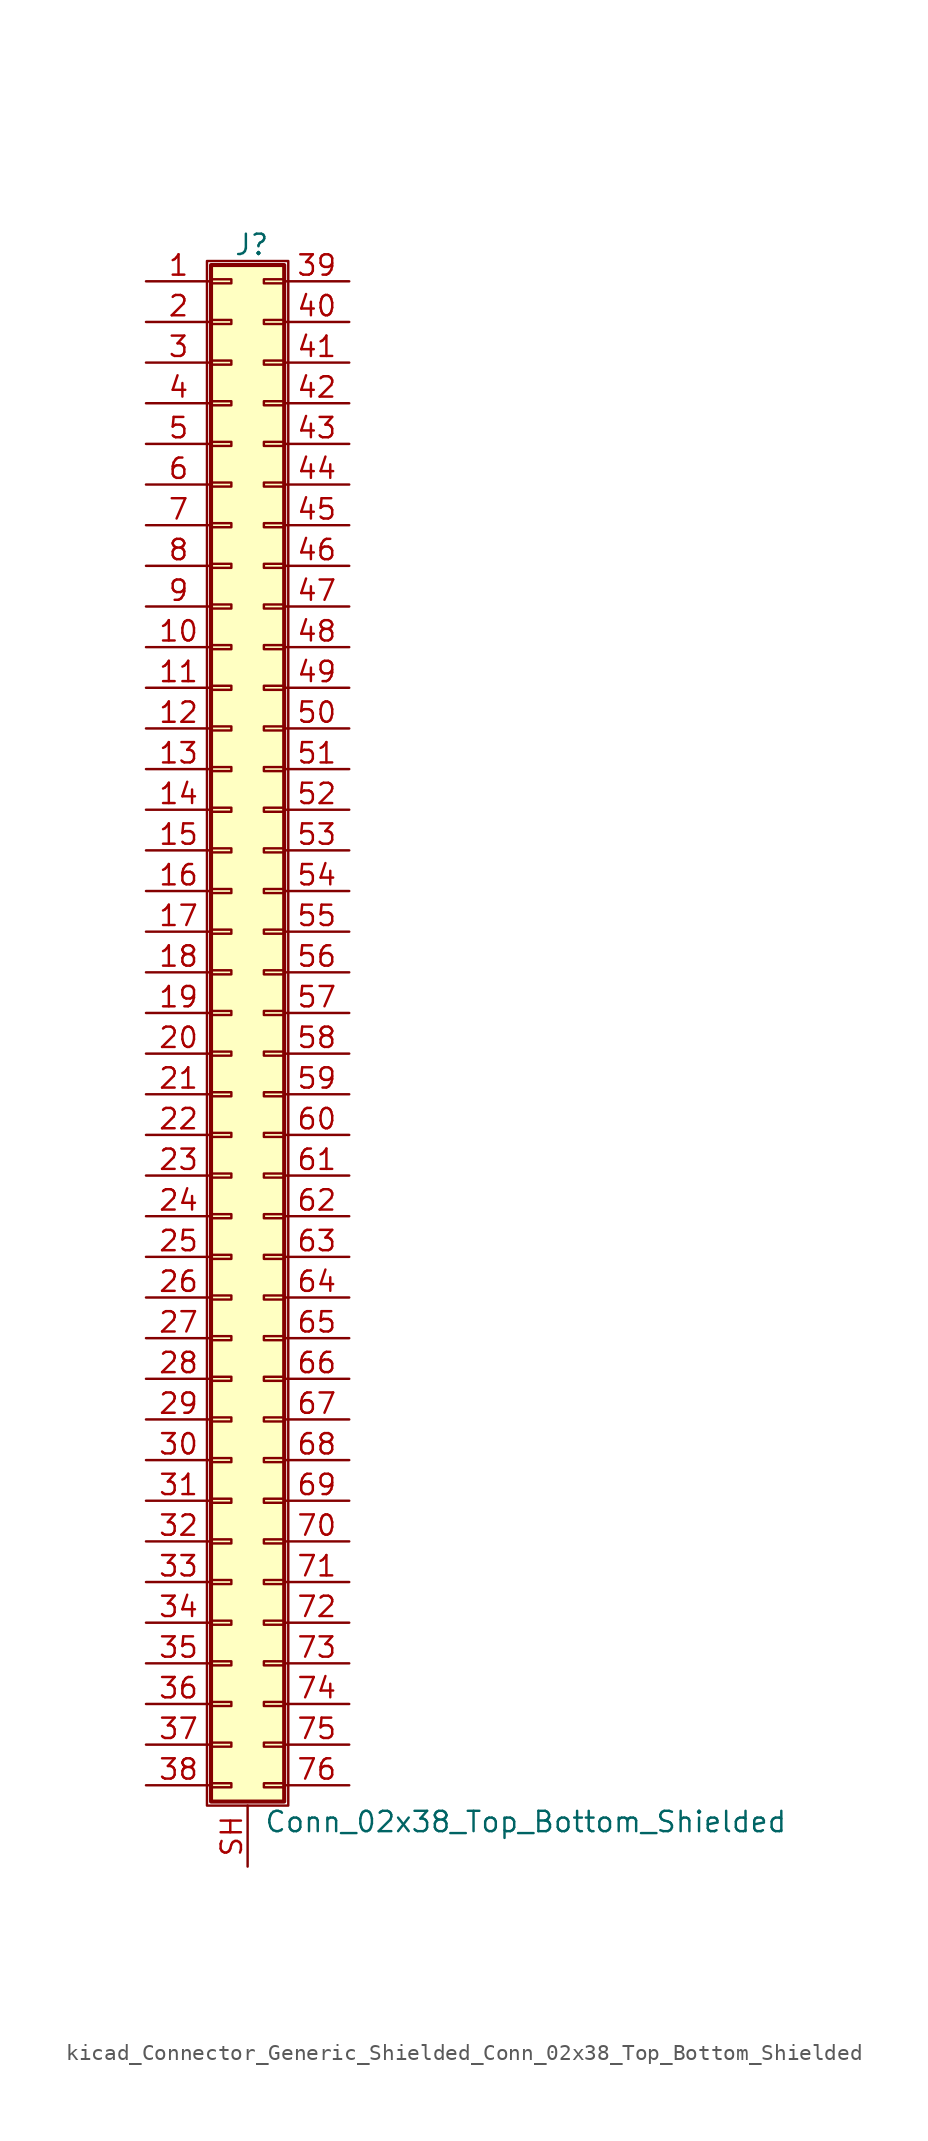
<source format=kicad_sym>
(kicad_symbol_lib
  (version 20220914)
  (generator kicad_symbol_editor)
  (symbol "kicad_Connector_Generic_Shielded_Conn_02x38_Top_Bottom_Shielded"
    (pin_names
      (offset 1.016) hide)
    (property "Reference" "J"
      (at 1.524 48.006 0)
      (effects (font (size 1.27 1.27))))
    (property "Value" "Conn_02x38_Top_Bottom_Shielded"
      (at 2.286 -50.546 0)
      (effects (font (size 1.27 1.27)) (justify left)))
    (symbol "kicad_Connector_Generic_Shielded_Conn_02x38_Top_Bottom_Shielded_1_1"
      (rectangle (start -1.27 46.99) (end 3.81 -49.53) (stroke (width 0.152) (type default)) (fill (type none)))
      (rectangle (start -1.016 -48.133) (end 0.254 -48.387) (stroke (width 0.152) (type default)) (fill (type none)))
      (rectangle (start -1.016 -45.593) (end 0.254 -45.847) (stroke (width 0.152) (type default)) (fill (type none)))
      (rectangle (start -1.016 -43.053) (end 0.254 -43.307) (stroke (width 0.152) (type default)) (fill (type none)))
      (rectangle (start -1.016 -40.513) (end 0.254 -40.767) (stroke (width 0.152) (type default)) (fill (type none)))
      (rectangle (start -1.016 -37.973) (end 0.254 -38.227) (stroke (width 0.152) (type default)) (fill (type none)))
      (rectangle (start -1.016 -35.433) (end 0.254 -35.687) (stroke (width 0.152) (type default)) (fill (type none)))
      (rectangle (start -1.016 -32.893) (end 0.254 -33.147) (stroke (width 0.152) (type default)) (fill (type none)))
      (rectangle (start -1.016 -30.353) (end 0.254 -30.607) (stroke (width 0.152) (type default)) (fill (type none)))
      (rectangle (start -1.016 -27.813) (end 0.254 -28.067) (stroke (width 0.152) (type default)) (fill (type none)))
      (rectangle (start -1.016 -25.273) (end 0.254 -25.527) (stroke (width 0.152) (type default)) (fill (type none)))
      (rectangle (start -1.016 -22.733) (end 0.254 -22.987) (stroke (width 0.152) (type default)) (fill (type none)))
      (rectangle (start -1.016 -20.193) (end 0.254 -20.447) (stroke (width 0.152) (type default)) (fill (type none)))
      (rectangle (start -1.016 -17.653) (end 0.254 -17.907) (stroke (width 0.152) (type default)) (fill (type none)))
      (rectangle (start -1.016 -15.113) (end 0.254 -15.367) (stroke (width 0.152) (type default)) (fill (type none)))
      (rectangle (start -1.016 -12.573) (end 0.254 -12.827) (stroke (width 0.152) (type default)) (fill (type none)))
      (rectangle (start -1.016 -10.033) (end 0.254 -10.287) (stroke (width 0.152) (type default)) (fill (type none)))
      (rectangle (start -1.016 -7.493) (end 0.254 -7.747) (stroke (width 0.152) (type default)) (fill (type none)))
      (rectangle (start -1.016 -4.953) (end 0.254 -5.207) (stroke (width 0.152) (type default)) (fill (type none)))
      (rectangle (start -1.016 -2.413) (end 0.254 -2.667) (stroke (width 0.152) (type default)) (fill (type none)))
      (rectangle (start -1.016 0.127) (end 0.254 -0.127) (stroke (width 0.152) (type default)) (fill (type none)))
      (rectangle (start -1.016 2.667) (end 0.254 2.413) (stroke (width 0.152) (type default)) (fill (type none)))
      (rectangle (start -1.016 5.207) (end 0.254 4.953) (stroke (width 0.152) (type default)) (fill (type none)))
      (rectangle (start -1.016 7.747) (end 0.254 7.493) (stroke (width 0.152) (type default)) (fill (type none)))
      (rectangle (start -1.016 10.287) (end 0.254 10.033) (stroke (width 0.152) (type default)) (fill (type none)))
      (rectangle (start -1.016 12.827) (end 0.254 12.573) (stroke (width 0.152) (type default)) (fill (type none)))
      (rectangle (start -1.016 15.367) (end 0.254 15.113) (stroke (width 0.152) (type default)) (fill (type none)))
      (rectangle (start -1.016 17.907) (end 0.254 17.653) (stroke (width 0.152) (type default)) (fill (type none)))
      (rectangle (start -1.016 20.447) (end 0.254 20.193) (stroke (width 0.152) (type default)) (fill (type none)))
      (rectangle (start -1.016 22.987) (end 0.254 22.733) (stroke (width 0.152) (type default)) (fill (type none)))
      (rectangle (start -1.016 25.527) (end 0.254 25.273) (stroke (width 0.152) (type default)) (fill (type none)))
      (rectangle (start -1.016 28.067) (end 0.254 27.813) (stroke (width 0.152) (type default)) (fill (type none)))
      (rectangle (start -1.016 30.607) (end 0.254 30.353) (stroke (width 0.152) (type default)) (fill (type none)))
      (rectangle (start -1.016 33.147) (end 0.254 32.893) (stroke (width 0.152) (type default)) (fill (type none)))
      (rectangle (start -1.016 35.687) (end 0.254 35.433) (stroke (width 0.152) (type default)) (fill (type none)))
      (rectangle (start -1.016 38.227) (end 0.254 37.973) (stroke (width 0.152) (type default)) (fill (type none)))
      (rectangle (start -1.016 40.767) (end 0.254 40.513) (stroke (width 0.152) (type default)) (fill (type none)))
      (rectangle (start -1.016 43.307) (end 0.254 43.053) (stroke (width 0.152) (type default)) (fill (type none)))
      (rectangle (start -1.016 45.847) (end 0.254 45.593) (stroke (width 0.152) (type default)) (fill (type none)))
      (rectangle (start -1.016 46.736) (end 3.556 -49.276) (stroke (width 0.254) (type default)) (fill (type background)))
      (rectangle (start 3.556 -48.133) (end 2.286 -48.387) (stroke (width 0.152) (type default)) (fill (type none)))
      (rectangle (start 3.556 -45.593) (end 2.286 -45.847) (stroke (width 0.152) (type default)) (fill (type none)))
      (rectangle (start 3.556 -43.053) (end 2.286 -43.307) (stroke (width 0.152) (type default)) (fill (type none)))
      (rectangle (start 3.556 -40.513) (end 2.286 -40.767) (stroke (width 0.152) (type default)) (fill (type none)))
      (rectangle (start 3.556 -37.973) (end 2.286 -38.227) (stroke (width 0.152) (type default)) (fill (type none)))
      (rectangle (start 3.556 -35.433) (end 2.286 -35.687) (stroke (width 0.152) (type default)) (fill (type none)))
      (rectangle (start 3.556 -32.893) (end 2.286 -33.147) (stroke (width 0.152) (type default)) (fill (type none)))
      (rectangle (start 3.556 -30.353) (end 2.286 -30.607) (stroke (width 0.152) (type default)) (fill (type none)))
      (rectangle (start 3.556 -27.813) (end 2.286 -28.067) (stroke (width 0.152) (type default)) (fill (type none)))
      (rectangle (start 3.556 -25.273) (end 2.286 -25.527) (stroke (width 0.152) (type default)) (fill (type none)))
      (rectangle (start 3.556 -22.733) (end 2.286 -22.987) (stroke (width 0.152) (type default)) (fill (type none)))
      (rectangle (start 3.556 -20.193) (end 2.286 -20.447) (stroke (width 0.152) (type default)) (fill (type none)))
      (rectangle (start 3.556 -17.653) (end 2.286 -17.907) (stroke (width 0.152) (type default)) (fill (type none)))
      (rectangle (start 3.556 -15.113) (end 2.286 -15.367) (stroke (width 0.152) (type default)) (fill (type none)))
      (rectangle (start 3.556 -12.573) (end 2.286 -12.827) (stroke (width 0.152) (type default)) (fill (type none)))
      (rectangle (start 3.556 -10.033) (end 2.286 -10.287) (stroke (width 0.152) (type default)) (fill (type none)))
      (rectangle (start 3.556 -7.493) (end 2.286 -7.747) (stroke (width 0.152) (type default)) (fill (type none)))
      (rectangle (start 3.556 -4.953) (end 2.286 -5.207) (stroke (width 0.152) (type default)) (fill (type none)))
      (rectangle (start 3.556 -2.413) (end 2.286 -2.667) (stroke (width 0.152) (type default)) (fill (type none)))
      (rectangle (start 3.556 0.127) (end 2.286 -0.127) (stroke (width 0.152) (type default)) (fill (type none)))
      (rectangle (start 3.556 2.667) (end 2.286 2.413) (stroke (width 0.152) (type default)) (fill (type none)))
      (rectangle (start 3.556 5.207) (end 2.286 4.953) (stroke (width 0.152) (type default)) (fill (type none)))
      (rectangle (start 3.556 7.747) (end 2.286 7.493) (stroke (width 0.152) (type default)) (fill (type none)))
      (rectangle (start 3.556 10.287) (end 2.286 10.033) (stroke (width 0.152) (type default)) (fill (type none)))
      (rectangle (start 3.556 12.827) (end 2.286 12.573) (stroke (width 0.152) (type default)) (fill (type none)))
      (rectangle (start 3.556 15.367) (end 2.286 15.113) (stroke (width 0.152) (type default)) (fill (type none)))
      (rectangle (start 3.556 17.907) (end 2.286 17.653) (stroke (width 0.152) (type default)) (fill (type none)))
      (rectangle (start 3.556 20.447) (end 2.286 20.193) (stroke (width 0.152) (type default)) (fill (type none)))
      (rectangle (start 3.556 22.987) (end 2.286 22.733) (stroke (width 0.152) (type default)) (fill (type none)))
      (rectangle (start 3.556 25.527) (end 2.286 25.273) (stroke (width 0.152) (type default)) (fill (type none)))
      (rectangle (start 3.556 28.067) (end 2.286 27.813) (stroke (width 0.152) (type default)) (fill (type none)))
      (rectangle (start 3.556 30.607) (end 2.286 30.353) (stroke (width 0.152) (type default)) (fill (type none)))
      (rectangle (start 3.556 33.147) (end 2.286 32.893) (stroke (width 0.152) (type default)) (fill (type none)))
      (rectangle (start 3.556 35.687) (end 2.286 35.433) (stroke (width 0.152) (type default)) (fill (type none)))
      (rectangle (start 3.556 38.227) (end 2.286 37.973) (stroke (width 0.152) (type default)) (fill (type none)))
      (rectangle (start 3.556 40.767) (end 2.286 40.513) (stroke (width 0.152) (type default)) (fill (type none)))
      (rectangle (start 3.556 43.307) (end 2.286 43.053) (stroke (width 0.152) (type default)) (fill (type none)))
      (rectangle (start 3.556 45.847) (end 2.286 45.593) (stroke (width 0.152) (type default)) (fill (type none)))
      (pin passive line (at -5.08 45.72 0) (length 4.064) (name "Pin_1" (effects (font (size 1.27 1.27)))) (number "1" (effects (font (size 1.27 1.27)))))
      (pin passive line (at -5.08 22.86 0) (length 4.064) (name "Pin_10" (effects (font (size 1.27 1.27)))) (number "10" (effects (font (size 1.27 1.27)))))
      (pin passive line (at -5.08 20.32 0) (length 4.064) (name "Pin_11" (effects (font (size 1.27 1.27)))) (number "11" (effects (font (size 1.27 1.27)))))
      (pin passive line (at -5.08 17.78 0) (length 4.064) (name "Pin_12" (effects (font (size 1.27 1.27)))) (number "12" (effects (font (size 1.27 1.27)))))
      (pin passive line (at -5.08 15.24 0) (length 4.064) (name "Pin_13" (effects (font (size 1.27 1.27)))) (number "13" (effects (font (size 1.27 1.27)))))
      (pin passive line (at -5.08 12.7 0) (length 4.064) (name "Pin_14" (effects (font (size 1.27 1.27)))) (number "14" (effects (font (size 1.27 1.27)))))
      (pin passive line (at -5.08 10.16 0) (length 4.064) (name "Pin_15" (effects (font (size 1.27 1.27)))) (number "15" (effects (font (size 1.27 1.27)))))
      (pin passive line (at -5.08 7.62 0) (length 4.064) (name "Pin_16" (effects (font (size 1.27 1.27)))) (number "16" (effects (font (size 1.27 1.27)))))
      (pin passive line (at -5.08 5.08 0) (length 4.064) (name "Pin_17" (effects (font (size 1.27 1.27)))) (number "17" (effects (font (size 1.27 1.27)))))
      (pin passive line (at -5.08 2.54 0) (length 4.064) (name "Pin_18" (effects (font (size 1.27 1.27)))) (number "18" (effects (font (size 1.27 1.27)))))
      (pin passive line (at -5.08 0 0) (length 4.064) (name "Pin_19" (effects (font (size 1.27 1.27)))) (number "19" (effects (font (size 1.27 1.27)))))
      (pin passive line (at -5.08 43.18 0) (length 4.064) (name "Pin_2" (effects (font (size 1.27 1.27)))) (number "2" (effects (font (size 1.27 1.27)))))
      (pin passive line (at -5.08 -2.54 0) (length 4.064) (name "Pin_20" (effects (font (size 1.27 1.27)))) (number "20" (effects (font (size 1.27 1.27)))))
      (pin passive line (at -5.08 -5.08 0) (length 4.064) (name "Pin_21" (effects (font (size 1.27 1.27)))) (number "21" (effects (font (size 1.27 1.27)))))
      (pin passive line (at -5.08 -7.62 0) (length 4.064) (name "Pin_22" (effects (font (size 1.27 1.27)))) (number "22" (effects (font (size 1.27 1.27)))))
      (pin passive line (at -5.08 -10.16 0) (length 4.064) (name "Pin_23" (effects (font (size 1.27 1.27)))) (number "23" (effects (font (size 1.27 1.27)))))
      (pin passive line (at -5.08 -12.7 0) (length 4.064) (name "Pin_24" (effects (font (size 1.27 1.27)))) (number "24" (effects (font (size 1.27 1.27)))))
      (pin passive line (at -5.08 -15.24 0) (length 4.064) (name "Pin_25" (effects (font (size 1.27 1.27)))) (number "25" (effects (font (size 1.27 1.27)))))
      (pin passive line (at -5.08 -17.78 0) (length 4.064) (name "Pin_26" (effects (font (size 1.27 1.27)))) (number "26" (effects (font (size 1.27 1.27)))))
      (pin passive line (at -5.08 -20.32 0) (length 4.064) (name "Pin_27" (effects (font (size 1.27 1.27)))) (number "27" (effects (font (size 1.27 1.27)))))
      (pin passive line (at -5.08 -22.86 0) (length 4.064) (name "Pin_28" (effects (font (size 1.27 1.27)))) (number "28" (effects (font (size 1.27 1.27)))))
      (pin passive line (at -5.08 -25.4 0) (length 4.064) (name "Pin_29" (effects (font (size 1.27 1.27)))) (number "29" (effects (font (size 1.27 1.27)))))
      (pin passive line (at -5.08 40.64 0) (length 4.064) (name "Pin_3" (effects (font (size 1.27 1.27)))) (number "3" (effects (font (size 1.27 1.27)))))
      (pin passive line (at -5.08 -27.94 0) (length 4.064) (name "Pin_30" (effects (font (size 1.27 1.27)))) (number "30" (effects (font (size 1.27 1.27)))))
      (pin passive line (at -5.08 -30.48 0) (length 4.064) (name "Pin_31" (effects (font (size 1.27 1.27)))) (number "31" (effects (font (size 1.27 1.27)))))
      (pin passive line (at -5.08 -33.02 0) (length 4.064) (name "Pin_32" (effects (font (size 1.27 1.27)))) (number "32" (effects (font (size 1.27 1.27)))))
      (pin passive line (at -5.08 -35.56 0) (length 4.064) (name "Pin_33" (effects (font (size 1.27 1.27)))) (number "33" (effects (font (size 1.27 1.27)))))
      (pin passive line (at -5.08 -38.1 0) (length 4.064) (name "Pin_34" (effects (font (size 1.27 1.27)))) (number "34" (effects (font (size 1.27 1.27)))))
      (pin passive line (at -5.08 -40.64 0) (length 4.064) (name "Pin_35" (effects (font (size 1.27 1.27)))) (number "35" (effects (font (size 1.27 1.27)))))
      (pin passive line (at -5.08 -43.18 0) (length 4.064) (name "Pin_36" (effects (font (size 1.27 1.27)))) (number "36" (effects (font (size 1.27 1.27)))))
      (pin passive line (at -5.08 -45.72 0) (length 4.064) (name "Pin_37" (effects (font (size 1.27 1.27)))) (number "37" (effects (font (size 1.27 1.27)))))
      (pin passive line (at -5.08 -48.26 0) (length 4.064) (name "Pin_38" (effects (font (size 1.27 1.27)))) (number "38" (effects (font (size 1.27 1.27)))))
      (pin passive line (at 7.62 45.72 180) (length 4.064) (name "Pin_39" (effects (font (size 1.27 1.27)))) (number "39" (effects (font (size 1.27 1.27)))))
      (pin passive line (at -5.08 38.1 0) (length 4.064) (name "Pin_4" (effects (font (size 1.27 1.27)))) (number "4" (effects (font (size 1.27 1.27)))))
      (pin passive line (at 7.62 43.18 180) (length 4.064) (name "Pin_40" (effects (font (size 1.27 1.27)))) (number "40" (effects (font (size 1.27 1.27)))))
      (pin passive line (at 7.62 40.64 180) (length 4.064) (name "Pin_41" (effects (font (size 1.27 1.27)))) (number "41" (effects (font (size 1.27 1.27)))))
      (pin passive line (at 7.62 38.1 180) (length 4.064) (name "Pin_42" (effects (font (size 1.27 1.27)))) (number "42" (effects (font (size 1.27 1.27)))))
      (pin passive line (at 7.62 35.56 180) (length 4.064) (name "Pin_43" (effects (font (size 1.27 1.27)))) (number "43" (effects (font (size 1.27 1.27)))))
      (pin passive line (at 7.62 33.02 180) (length 4.064) (name "Pin_44" (effects (font (size 1.27 1.27)))) (number "44" (effects (font (size 1.27 1.27)))))
      (pin passive line (at 7.62 30.48 180) (length 4.064) (name "Pin_45" (effects (font (size 1.27 1.27)))) (number "45" (effects (font (size 1.27 1.27)))))
      (pin passive line (at 7.62 27.94 180) (length 4.064) (name "Pin_46" (effects (font (size 1.27 1.27)))) (number "46" (effects (font (size 1.27 1.27)))))
      (pin passive line (at 7.62 25.4 180) (length 4.064) (name "Pin_47" (effects (font (size 1.27 1.27)))) (number "47" (effects (font (size 1.27 1.27)))))
      (pin passive line (at 7.62 22.86 180) (length 4.064) (name "Pin_48" (effects (font (size 1.27 1.27)))) (number "48" (effects (font (size 1.27 1.27)))))
      (pin passive line (at 7.62 20.32 180) (length 4.064) (name "Pin_49" (effects (font (size 1.27 1.27)))) (number "49" (effects (font (size 1.27 1.27)))))
      (pin passive line (at -5.08 35.56 0) (length 4.064) (name "Pin_5" (effects (font (size 1.27 1.27)))) (number "5" (effects (font (size 1.27 1.27)))))
      (pin passive line (at 7.62 17.78 180) (length 4.064) (name "Pin_50" (effects (font (size 1.27 1.27)))) (number "50" (effects (font (size 1.27 1.27)))))
      (pin passive line (at 7.62 15.24 180) (length 4.064) (name "Pin_51" (effects (font (size 1.27 1.27)))) (number "51" (effects (font (size 1.27 1.27)))))
      (pin passive line (at 7.62 12.7 180) (length 4.064) (name "Pin_52" (effects (font (size 1.27 1.27)))) (number "52" (effects (font (size 1.27 1.27)))))
      (pin passive line (at 7.62 10.16 180) (length 4.064) (name "Pin_53" (effects (font (size 1.27 1.27)))) (number "53" (effects (font (size 1.27 1.27)))))
      (pin passive line (at 7.62 7.62 180) (length 4.064) (name "Pin_54" (effects (font (size 1.27 1.27)))) (number "54" (effects (font (size 1.27 1.27)))))
      (pin passive line (at 7.62 5.08 180) (length 4.064) (name "Pin_55" (effects (font (size 1.27 1.27)))) (number "55" (effects (font (size 1.27 1.27)))))
      (pin passive line (at 7.62 2.54 180) (length 4.064) (name "Pin_56" (effects (font (size 1.27 1.27)))) (number "56" (effects (font (size 1.27 1.27)))))
      (pin passive line (at 7.62 0 180) (length 4.064) (name "Pin_57" (effects (font (size 1.27 1.27)))) (number "57" (effects (font (size 1.27 1.27)))))
      (pin passive line (at 7.62 -2.54 180) (length 4.064) (name "Pin_58" (effects (font (size 1.27 1.27)))) (number "58" (effects (font (size 1.27 1.27)))))
      (pin passive line (at 7.62 -5.08 180) (length 4.064) (name "Pin_59" (effects (font (size 1.27 1.27)))) (number "59" (effects (font (size 1.27 1.27)))))
      (pin passive line (at -5.08 33.02 0) (length 4.064) (name "Pin_6" (effects (font (size 1.27 1.27)))) (number "6" (effects (font (size 1.27 1.27)))))
      (pin passive line (at 7.62 -7.62 180) (length 4.064) (name "Pin_60" (effects (font (size 1.27 1.27)))) (number "60" (effects (font (size 1.27 1.27)))))
      (pin passive line (at 7.62 -10.16 180) (length 4.064) (name "Pin_61" (effects (font (size 1.27 1.27)))) (number "61" (effects (font (size 1.27 1.27)))))
      (pin passive line (at 7.62 -12.7 180) (length 4.064) (name "Pin_62" (effects (font (size 1.27 1.27)))) (number "62" (effects (font (size 1.27 1.27)))))
      (pin passive line (at 7.62 -15.24 180) (length 4.064) (name "Pin_63" (effects (font (size 1.27 1.27)))) (number "63" (effects (font (size 1.27 1.27)))))
      (pin passive line (at 7.62 -17.78 180) (length 4.064) (name "Pin_64" (effects (font (size 1.27 1.27)))) (number "64" (effects (font (size 1.27 1.27)))))
      (pin passive line (at 7.62 -20.32 180) (length 4.064) (name "Pin_65" (effects (font (size 1.27 1.27)))) (number "65" (effects (font (size 1.27 1.27)))))
      (pin passive line (at 7.62 -22.86 180) (length 4.064) (name "Pin_66" (effects (font (size 1.27 1.27)))) (number "66" (effects (font (size 1.27 1.27)))))
      (pin passive line (at 7.62 -25.4 180) (length 4.064) (name "Pin_67" (effects (font (size 1.27 1.27)))) (number "67" (effects (font (size 1.27 1.27)))))
      (pin passive line (at 7.62 -27.94 180) (length 4.064) (name "Pin_68" (effects (font (size 1.27 1.27)))) (number "68" (effects (font (size 1.27 1.27)))))
      (pin passive line (at 7.62 -30.48 180) (length 4.064) (name "Pin_69" (effects (font (size 1.27 1.27)))) (number "69" (effects (font (size 1.27 1.27)))))
      (pin passive line (at -5.08 30.48 0) (length 4.064) (name "Pin_7" (effects (font (size 1.27 1.27)))) (number "7" (effects (font (size 1.27 1.27)))))
      (pin passive line (at 7.62 -33.02 180) (length 4.064) (name "Pin_70" (effects (font (size 1.27 1.27)))) (number "70" (effects (font (size 1.27 1.27)))))
      (pin passive line (at 7.62 -35.56 180) (length 4.064) (name "Pin_71" (effects (font (size 1.27 1.27)))) (number "71" (effects (font (size 1.27 1.27)))))
      (pin passive line (at 7.62 -38.1 180) (length 4.064) (name "Pin_72" (effects (font (size 1.27 1.27)))) (number "72" (effects (font (size 1.27 1.27)))))
      (pin passive line (at 7.62 -40.64 180) (length 4.064) (name "Pin_73" (effects (font (size 1.27 1.27)))) (number "73" (effects (font (size 1.27 1.27)))))
      (pin passive line (at 7.62 -43.18 180) (length 4.064) (name "Pin_74" (effects (font (size 1.27 1.27)))) (number "74" (effects (font (size 1.27 1.27)))))
      (pin passive line (at 7.62 -45.72 180) (length 4.064) (name "Pin_75" (effects (font (size 1.27 1.27)))) (number "75" (effects (font (size 1.27 1.27)))))
      (pin passive line (at 7.62 -48.26 180) (length 4.064) (name "Pin_76" (effects (font (size 1.27 1.27)))) (number "76" (effects (font (size 1.27 1.27)))))
      (pin passive line (at -5.08 27.94 0) (length 4.064) (name "Pin_8" (effects (font (size 1.27 1.27)))) (number "8" (effects (font (size 1.27 1.27)))))
      (pin passive line (at -5.08 25.4 0) (length 4.064) (name "Pin_9" (effects (font (size 1.27 1.27)))) (number "9" (effects (font (size 1.27 1.27)))))
      (pin passive line (at 1.27 -53.34 90) (length 3.81) (name "Shield" (effects (font (size 1.27 1.27)))) (number "SH" (effects (font (size 1.27 1.27))))))))
</source>
